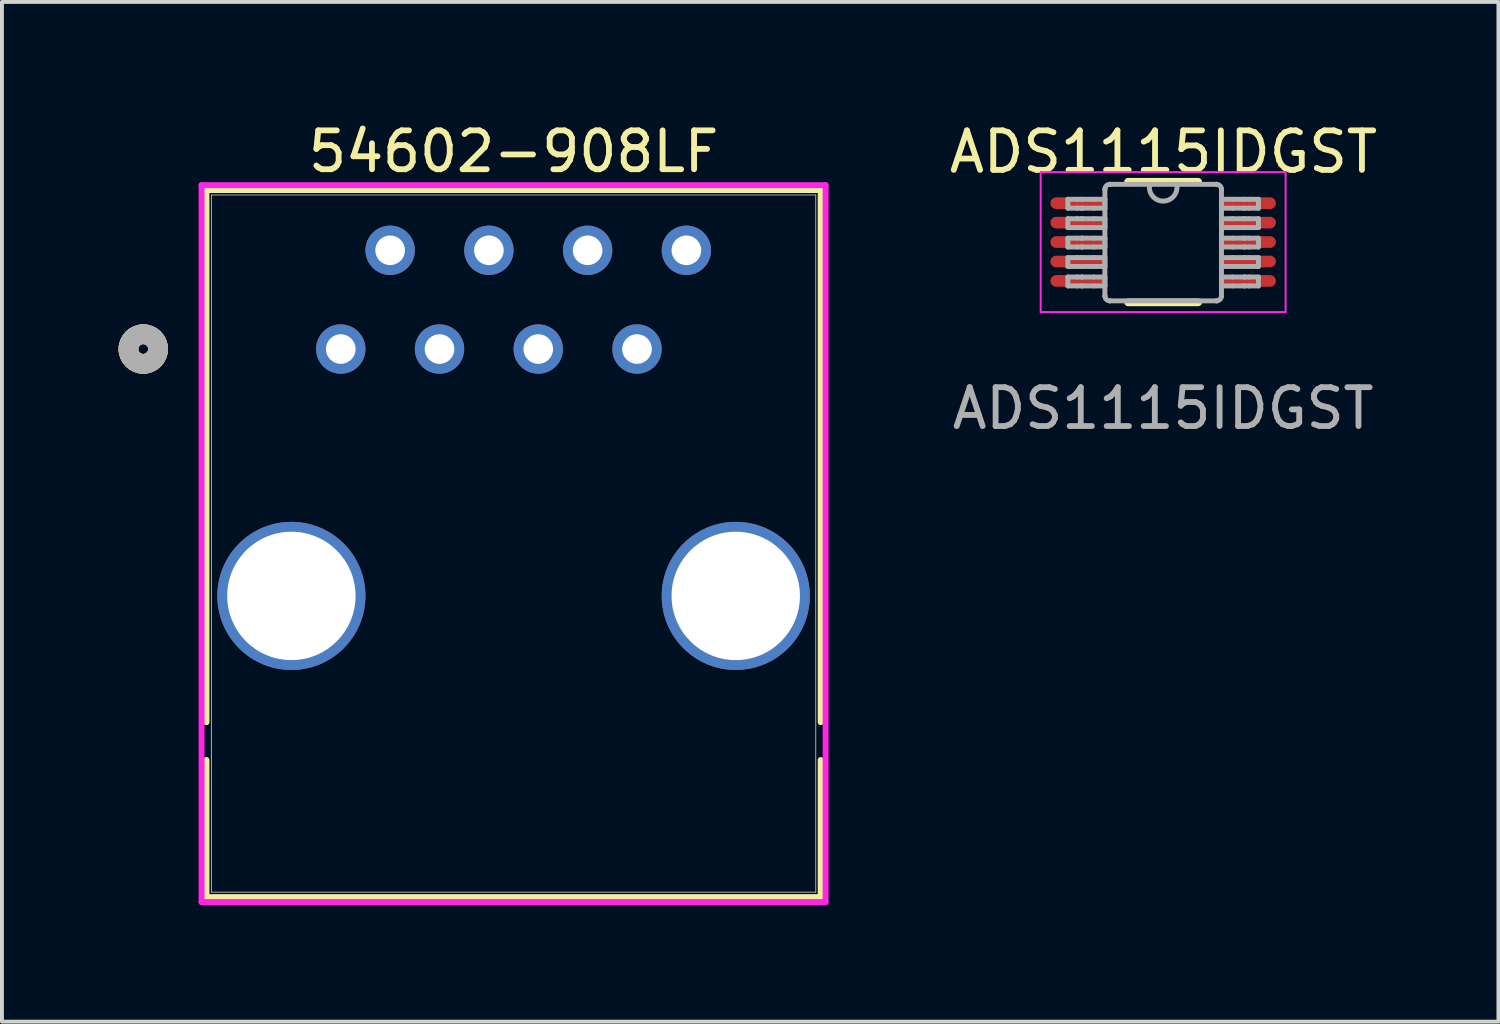
<source format=kicad_pcb>
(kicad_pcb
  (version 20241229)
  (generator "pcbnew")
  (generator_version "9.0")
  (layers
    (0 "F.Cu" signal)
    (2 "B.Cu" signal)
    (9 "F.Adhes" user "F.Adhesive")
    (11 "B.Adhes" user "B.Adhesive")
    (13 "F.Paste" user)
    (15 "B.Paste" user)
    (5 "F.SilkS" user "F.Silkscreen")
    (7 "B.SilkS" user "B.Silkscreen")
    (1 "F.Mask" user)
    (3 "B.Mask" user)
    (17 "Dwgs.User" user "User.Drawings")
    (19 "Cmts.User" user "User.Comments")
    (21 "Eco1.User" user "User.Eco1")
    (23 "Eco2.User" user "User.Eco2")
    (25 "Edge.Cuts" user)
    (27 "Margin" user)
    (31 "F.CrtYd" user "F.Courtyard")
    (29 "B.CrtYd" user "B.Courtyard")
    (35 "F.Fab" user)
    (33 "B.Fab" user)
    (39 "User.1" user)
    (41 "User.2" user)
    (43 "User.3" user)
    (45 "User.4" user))
  (footprint "54602-908LF"
    (layer "F.Cu")
    (at 5.715 5.928)
    (property "Reference" "54602-908LF" (at 4.445 -5.08 0) (unlocked yes) (layer "F.SilkS") (effects (font (size 1 1) (thickness 0.15))))
    (attr through_hole)
    (fp_line (start -3.454 -4.089) (end -3.454 9.598) (stroke (width 0.152) (type solid)) (layer "F.SilkS"))
    (fp_line (start -3.454 10.57) (end -3.454 14.097) (stroke (width 0.152) (type solid)) (layer "F.SilkS"))
    (fp_line (start -3.454 14.097) (end 12.344 14.097) (stroke (width 0.152) (type solid)) (layer "F.SilkS"))
    (fp_line (start 12.344 -4.089) (end -3.454 -4.089) (stroke (width 0.152) (type solid)) (layer "F.SilkS"))
    (fp_line (start 12.344 9.598) (end 12.344 -4.089) (stroke (width 0.152) (type solid)) (layer "F.SilkS"))
    (fp_line (start 12.344 14.097) (end 12.344 10.57) (stroke (width 0.152) (type solid)) (layer "F.SilkS"))
    (fp_circle (center -5.08 0) (end -4.699 0) (stroke (width 0.508) (type solid)) (fill no) (layer "F.SilkS"))
    (fp_circle (center -5.08 0) (end -4.699 0) (stroke (width 0.508) (type solid)) (fill no) (layer "B.SilkS"))
    (fp_line (start -3.581 -4.216) (end -3.581 14.224) (stroke (width 0.152) (type solid)) (layer "F.CrtYd"))
    (fp_line (start -3.581 14.224) (end 12.471 14.224) (stroke (width 0.152) (type solid)) (layer "F.CrtYd"))
    (fp_line (start 12.471 -4.216) (end -3.581 -4.216) (stroke (width 0.152) (type solid)) (layer "F.CrtYd"))
    (fp_line (start 12.471 14.224) (end 12.471 -4.216) (stroke (width 0.152) (type solid)) (layer "F.CrtYd"))
    (fp_line (start -3.327 -3.962) (end -3.327 13.97) (stroke (width 0.025) (type solid)) (layer "F.Fab"))
    (fp_line (start -3.327 13.97) (end 12.217 13.97) (stroke (width 0.025) (type solid)) (layer "F.Fab"))
    (fp_line (start 12.217 -3.962) (end -3.327 -3.962) (stroke (width 0.025) (type solid)) (layer "F.Fab"))
    (fp_line (start 12.217 13.97) (end 12.217 -3.962) (stroke (width 0.025) (type solid)) (layer "F.Fab"))
    (fp_circle (center -5.08 0) (end -4.699 0) (stroke (width 0.508) (type solid)) (fill no) (layer "F.Fab"))
    (pad "1" thru_hole circle (at 0 0) (size 1.27 1.27) (drill 0.762) (layers "*.Cu" "*.Mask"))
    (pad "2" thru_hole circle (at 1.27 -2.54) (size 1.27 1.27) (drill 0.762) (layers "*.Cu" "*.Mask"))
    (pad "3" thru_hole circle (at 2.54 0) (size 1.27 1.27) (drill 0.762) (layers "*.Cu" "*.Mask"))
    (pad "4" thru_hole circle (at 3.81 -2.54) (size 1.27 1.27) (drill 0.762) (layers "*.Cu" "*.Mask"))
    (pad "5" thru_hole circle (at 5.08 0) (size 1.27 1.27) (drill 0.762) (layers "*.Cu" "*.Mask"))
    (pad "6" thru_hole circle (at 6.35 -2.54) (size 1.27 1.27) (drill 0.762) (layers "*.Cu" "*.Mask"))
    (pad "7" thru_hole circle (at 7.62 0) (size 1.27 1.27) (drill 0.762) (layers "*.Cu" "*.Mask"))
    (pad "8" thru_hole circle (at 8.89 -2.54) (size 1.27 1.27) (drill 0.762) (layers "*.Cu" "*.Mask"))
    (pad "9" thru_hole circle (at -1.27 6.35 90) (size 3.81 3.81) (drill 3.302) (layers "*.Cu" "*.Mask"))
    (pad "10" thru_hole circle (at 10.16 6.35 90) (size 3.81 3.81) (drill 3.302) (layers "*.Cu" "*.Mask")))
  (footprint "ADS1115IDGST"
    (layer "F.Cu")
    (at 26.868 3.176)
    (property "Reference" "ADS1115IDGST" (at 0.009 -2.319 0) (unlocked yes) (layer "F.SilkS") (effects (font (size 1.016 1.016) (thickness 0.15))))
    (attr smd)
    (fp_line (start -0.9 -1.55) (end 0.9 -1.55) (stroke (width 0.2) (type solid)) (layer "F.SilkS"))
    (fp_line (start -0.9 1.55) (end 0.9 1.55) (stroke (width 0.2) (type solid)) (layer "F.SilkS"))
    (fp_line (start -3.15 -1.8) (end 3.15 -1.8) (stroke (width 0.05) (type solid)) (layer "F.CrtYd"))
    (fp_line (start -3.15 1.8) (end -3.15 -1.8) (stroke (width 0.05) (type solid)) (layer "F.CrtYd"))
    (fp_line (start -3.15 1.8) (end 3.15 1.8) (stroke (width 0.05) (type solid)) (layer "F.CrtYd"))
    (fp_line (start 3.15 1.8) (end 3.15 -1.8) (stroke (width 0.05) (type solid)) (layer "F.CrtYd"))
    (fp_line (start -2.45 -1.1) (end -2.21 -1.1) (stroke (width 0.127) (type solid)) (layer "F.Fab"))
    (fp_line (start -2.45 -0.871) (end -2.45 -1.1) (stroke (width 0.127) (type solid)) (layer "F.Fab"))
    (fp_line (start -2.45 -0.871) (end -2.21 -0.871) (stroke (width 0.127) (type solid)) (layer "F.Fab"))
    (fp_line (start -2.45 -0.6) (end -2.21 -0.6) (stroke (width 0.127) (type solid)) (layer "F.Fab"))
    (fp_line (start -2.45 -0.372) (end -2.45 -0.6) (stroke (width 0.127) (type solid)) (layer "F.Fab"))
    (fp_line (start -2.45 -0.372) (end -2.21 -0.372) (stroke (width 0.127) (type solid)) (layer "F.Fab"))
    (fp_line (start -2.45 -0.1) (end -2.21 -0.1) (stroke (width 0.127) (type solid)) (layer "F.Fab"))
    (fp_line (start -2.45 0.128) (end -2.45 -0.1) (stroke (width 0.127) (type solid)) (layer "F.Fab"))
    (fp_line (start -2.45 0.128) (end -2.21 0.128) (stroke (width 0.127) (type solid)) (layer "F.Fab"))
    (fp_line (start -2.45 0.4) (end -2.21 0.4) (stroke (width 0.127) (type solid)) (layer "F.Fab"))
    (fp_line (start -2.45 0.628) (end -2.45 0.4) (stroke (width 0.127) (type solid)) (layer "F.Fab"))
    (fp_line (start -2.45 0.628) (end -2.21 0.628) (stroke (width 0.127) (type solid)) (layer "F.Fab"))
    (fp_line (start -2.45 0.899) (end -2.21 0.899) (stroke (width 0.127) (type solid)) (layer "F.Fab"))
    (fp_line (start -2.45 1.128) (end -2.45 0.899) (stroke (width 0.127) (type solid)) (layer "F.Fab"))
    (fp_line (start -2.45 1.128) (end -2.21 1.128) (stroke (width 0.127) (type solid)) (layer "F.Fab"))
    (fp_line (start -2.21 -1.1) (end -2.09 -1.1) (stroke (width 0.127) (type solid)) (layer "F.Fab"))
    (fp_line (start -2.21 -0.871) (end -2.09 -0.871) (stroke (width 0.127) (type solid)) (layer "F.Fab"))
    (fp_line (start -2.21 -0.6) (end -2.09 -0.6) (stroke (width 0.127) (type solid)) (layer "F.Fab"))
    (fp_line (start -2.21 -0.372) (end -2.09 -0.372) (stroke (width 0.127) (type solid)) (layer "F.Fab"))
    (fp_line (start -2.21 -0.1) (end -2.09 -0.1) (stroke (width 0.127) (type solid)) (layer "F.Fab"))
    (fp_line (start -2.21 0.128) (end -2.09 0.128) (stroke (width 0.127) (type solid)) (layer "F.Fab"))
    (fp_line (start -2.21 0.4) (end -2.09 0.4) (stroke (width 0.127) (type solid)) (layer "F.Fab"))
    (fp_line (start -2.21 0.628) (end -2.09 0.628) (stroke (width 0.127) (type solid)) (layer "F.Fab"))
    (fp_line (start -2.21 0.899) (end -2.09 0.899) (stroke (width 0.127) (type solid)) (layer "F.Fab"))
    (fp_line (start -2.21 1.128) (end -2.09 1.128) (stroke (width 0.127) (type solid)) (layer "F.Fab"))
    (fp_line (start -2.09 -1.1) (end -2.087 -1.1) (stroke (width 0.127) (type solid)) (layer "F.Fab"))
    (fp_line (start -2.09 -0.871) (end -2.087 -0.871) (stroke (width 0.127) (type solid)) (layer "F.Fab"))
    (fp_line (start -2.09 -0.6) (end -2.087 -0.6) (stroke (width 0.127) (type solid)) (layer "F.Fab"))
    (fp_line (start -2.09 -0.372) (end -2.087 -0.372) (stroke (width 0.127) (type solid)) (layer "F.Fab"))
    (fp_line (start -2.09 -0.1) (end -2.087 -0.1) (stroke (width 0.127) (type solid)) (layer "F.Fab"))
    (fp_line (start -2.09 0.128) (end -2.087 0.128) (stroke (width 0.127) (type solid)) (layer "F.Fab"))
    (fp_line (start -2.09 0.4) (end -2.087 0.4) (stroke (width 0.127) (type solid)) (layer "F.Fab"))
    (fp_line (start -2.09 0.628) (end -2.087 0.628) (stroke (width 0.127) (type solid)) (layer "F.Fab"))
    (fp_line (start -2.09 0.899) (end -2.087 0.899) (stroke (width 0.127) (type solid)) (layer "F.Fab"))
    (fp_line (start -2.09 1.128) (end -2.087 1.128) (stroke (width 0.127) (type solid)) (layer "F.Fab"))
    (fp_line (start -2.087 -1.1) (end -1.784 -1.1) (stroke (width 0.127) (type solid)) (layer "F.Fab"))
    (fp_line (start -2.087 -0.871) (end -1.784 -0.871) (stroke (width 0.127) (type solid)) (layer "F.Fab"))
    (fp_line (start -2.087 -0.6) (end -1.784 -0.6) (stroke (width 0.127) (type solid)) (layer "F.Fab"))
    (fp_line (start -2.087 -0.372) (end -1.784 -0.372) (stroke (width 0.127) (type solid)) (layer "F.Fab"))
    (fp_line (start -2.087 -0.1) (end -1.784 -0.1) (stroke (width 0.127) (type solid)) (layer "F.Fab"))
    (fp_line (start -2.087 0.128) (end -1.784 0.128) (stroke (width 0.127) (type solid)) (layer "F.Fab"))
    (fp_line (start -2.087 0.4) (end -1.784 0.4) (stroke (width 0.127) (type solid)) (layer "F.Fab"))
    (fp_line (start -2.087 0.628) (end -1.784 0.628) (stroke (width 0.127) (type solid)) (layer "F.Fab"))
    (fp_line (start -2.087 0.899) (end -1.784 0.899) (stroke (width 0.127) (type solid)) (layer "F.Fab"))
    (fp_line (start -2.087 1.128) (end -1.784 1.128) (stroke (width 0.127) (type solid)) (layer "F.Fab"))
    (fp_line (start -1.784 -1.1) (end -1.498 -1.1) (stroke (width 0.127) (type solid)) (layer "F.Fab"))
    (fp_line (start -1.784 -0.871) (end -1.498 -0.871) (stroke (width 0.127) (type solid)) (layer "F.Fab"))
    (fp_line (start -1.784 -0.6) (end -1.498 -0.6) (stroke (width 0.127) (type solid)) (layer "F.Fab"))
    (fp_line (start -1.784 -0.372) (end -1.498 -0.372) (stroke (width 0.127) (type solid)) (layer "F.Fab"))
    (fp_line (start -1.784 -0.1) (end -1.498 -0.1) (stroke (width 0.127) (type solid)) (layer "F.Fab"))
    (fp_line (start -1.784 0.128) (end -1.498 0.128) (stroke (width 0.127) (type solid)) (layer "F.Fab"))
    (fp_line (start -1.784 0.4) (end -1.498 0.4) (stroke (width 0.127) (type solid)) (layer "F.Fab"))
    (fp_line (start -1.784 0.628) (end -1.498 0.628) (stroke (width 0.127) (type solid)) (layer "F.Fab"))
    (fp_line (start -1.784 0.899) (end -1.498 0.899) (stroke (width 0.127) (type solid)) (layer "F.Fab"))
    (fp_line (start -1.784 1.128) (end -1.498 1.128) (stroke (width 0.127) (type solid)) (layer "F.Fab"))
    (fp_line (start -1.498 -1.358) (end -1.497 -1.36) (stroke (width 0.127) (type solid)) (layer "F.Fab"))
    (fp_line (start -1.498 -0.871) (end -1.498 -1.1) (stroke (width 0.127) (type solid)) (layer "F.Fab"))
    (fp_line (start -1.498 -0.372) (end -1.498 -0.6) (stroke (width 0.127) (type solid)) (layer "F.Fab"))
    (fp_line (start -1.498 0.128) (end -1.498 -0.1) (stroke (width 0.127) (type solid)) (layer "F.Fab"))
    (fp_line (start -1.498 0.628) (end -1.498 0.4) (stroke (width 0.127) (type solid)) (layer "F.Fab"))
    (fp_line (start -1.498 1.128) (end -1.498 0.899) (stroke (width 0.127) (type solid)) (layer "F.Fab"))
    (fp_line (start -1.498 1.386) (end -1.498 -1.358) (stroke (width 0.127) (type solid)) (layer "F.Fab"))
    (fp_line (start -1.498 1.386) (end -1.497 1.388) (stroke (width 0.127) (type solid)) (layer "F.Fab"))
    (fp_line (start -1.373 -1.485) (end -1.371 -1.485) (stroke (width 0.127) (type solid)) (layer "F.Fab"))
    (fp_line (start -1.373 1.513) (end -1.371 1.513) (stroke (width 0.127) (type solid)) (layer "F.Fab"))
    (fp_line (start -1.371 -1.485) (end 1.373 -1.485) (stroke (width 0.127) (type solid)) (layer "F.Fab"))
    (fp_line (start -1.371 1.513) (end 1.373 1.513) (stroke (width 0.127) (type solid)) (layer "F.Fab"))
    (fp_line (start 1.373 -1.485) (end 1.375 -1.485) (stroke (width 0.127) (type solid)) (layer "F.Fab"))
    (fp_line (start 1.373 1.513) (end 1.375 1.513) (stroke (width 0.127) (type solid)) (layer "F.Fab"))
    (fp_line (start 1.5 -1.36) (end 1.5 -1.358) (stroke (width 0.127) (type solid)) (layer "F.Fab"))
    (fp_line (start 1.5 1.388) (end 1.5 1.386) (stroke (width 0.127) (type solid)) (layer "F.Fab"))
    (fp_line (start 1.5 -1.1) (end 1.786 -1.1) (stroke (width 0.127) (type solid)) (layer "F.Fab"))
    (fp_line (start 1.5 -0.871) (end 1.5 -1.1) (stroke (width 0.127) (type solid)) (layer "F.Fab"))
    (fp_line (start 1.5 -0.871) (end 1.786 -0.871) (stroke (width 0.127) (type solid)) (layer "F.Fab"))
    (fp_line (start 1.5 -0.6) (end 1.786 -0.6) (stroke (width 0.127) (type solid)) (layer "F.Fab"))
    (fp_line (start 1.5 -0.372) (end 1.5 -0.6) (stroke (width 0.127) (type solid)) (layer "F.Fab"))
    (fp_line (start 1.5 -0.372) (end 1.786 -0.372) (stroke (width 0.127) (type solid)) (layer "F.Fab"))
    (fp_line (start 1.5 -0.1) (end 1.786 -0.1) (stroke (width 0.127) (type solid)) (layer "F.Fab"))
    (fp_line (start 1.5 0.128) (end 1.5 -0.1) (stroke (width 0.127) (type solid)) (layer "F.Fab"))
    (fp_line (start 1.5 0.128) (end 1.786 0.128) (stroke (width 0.127) (type solid)) (layer "F.Fab"))
    (fp_line (start 1.5 0.4) (end 1.786 0.4) (stroke (width 0.127) (type solid)) (layer "F.Fab"))
    (fp_line (start 1.5 0.628) (end 1.5 0.4) (stroke (width 0.127) (type solid)) (layer "F.Fab"))
    (fp_line (start 1.5 0.628) (end 1.786 0.628) (stroke (width 0.127) (type solid)) (layer "F.Fab"))
    (fp_line (start 1.5 0.899) (end 1.786 0.899) (stroke (width 0.127) (type solid)) (layer "F.Fab"))
    (fp_line (start 1.5 1.128) (end 1.5 0.899) (stroke (width 0.127) (type solid)) (layer "F.Fab"))
    (fp_line (start 1.5 1.128) (end 1.786 1.128) (stroke (width 0.127) (type solid)) (layer "F.Fab"))
    (fp_line (start 1.5 1.386) (end 1.5 -1.358) (stroke (width 0.127) (type solid)) (layer "F.Fab"))
    (fp_line (start 1.786 -1.1) (end 2.089 -1.1) (stroke (width 0.127) (type solid)) (layer "F.Fab"))
    (fp_line (start 1.786 -0.871) (end 2.089 -0.871) (stroke (width 0.127) (type solid)) (layer "F.Fab"))
    (fp_line (start 1.786 -0.6) (end 2.089 -0.6) (stroke (width 0.127) (type solid)) (layer "F.Fab"))
    (fp_line (start 1.786 -0.372) (end 2.089 -0.372) (stroke (width 0.127) (type solid)) (layer "F.Fab"))
    (fp_line (start 1.786 -0.1) (end 2.089 -0.1) (stroke (width 0.127) (type solid)) (layer "F.Fab"))
    (fp_line (start 1.786 0.128) (end 2.089 0.128) (stroke (width 0.127) (type solid)) (layer "F.Fab"))
    (fp_line (start 1.786 0.4) (end 2.089 0.4) (stroke (width 0.127) (type solid)) (layer "F.Fab"))
    (fp_line (start 1.786 0.628) (end 2.089 0.628) (stroke (width 0.127) (type solid)) (layer "F.Fab"))
    (fp_line (start 1.786 0.899) (end 2.089 0.899) (stroke (width 0.127) (type solid)) (layer "F.Fab"))
    (fp_line (start 1.786 1.128) (end 2.089 1.128) (stroke (width 0.127) (type solid)) (layer "F.Fab"))
    (fp_line (start 2.089 -1.1) (end 2.093 -1.1) (stroke (width 0.127) (type solid)) (layer "F.Fab"))
    (fp_line (start 2.089 -0.871) (end 2.093 -0.871) (stroke (width 0.127) (type solid)) (layer "F.Fab"))
    (fp_line (start 2.089 -0.6) (end 2.093 -0.6) (stroke (width 0.127) (type solid)) (layer "F.Fab"))
    (fp_line (start 2.089 -0.372) (end 2.093 -0.372) (stroke (width 0.127) (type solid)) (layer "F.Fab"))
    (fp_line (start 2.089 -0.1) (end 2.093 -0.1) (stroke (width 0.127) (type solid)) (layer "F.Fab"))
    (fp_line (start 2.089 0.128) (end 2.093 0.128) (stroke (width 0.127) (type solid)) (layer "F.Fab"))
    (fp_line (start 2.089 0.4) (end 2.093 0.4) (stroke (width 0.127) (type solid)) (layer "F.Fab"))
    (fp_line (start 2.089 0.628) (end 2.093 0.628) (stroke (width 0.127) (type solid)) (layer "F.Fab"))
    (fp_line (start 2.089 0.899) (end 2.093 0.899) (stroke (width 0.127) (type solid)) (layer "F.Fab"))
    (fp_line (start 2.089 1.128) (end 2.093 1.128) (stroke (width 0.127) (type solid)) (layer "F.Fab"))
    (fp_line (start 2.093 -1.1) (end 2.213 -1.1) (stroke (width 0.127) (type solid)) (layer "F.Fab"))
    (fp_line (start 2.093 -0.871) (end 2.213 -0.871) (stroke (width 0.127) (type solid)) (layer "F.Fab"))
    (fp_line (start 2.093 -0.6) (end 2.213 -0.6) (stroke (width 0.127) (type solid)) (layer "F.Fab"))
    (fp_line (start 2.093 -0.372) (end 2.213 -0.372) (stroke (width 0.127) (type solid)) (layer "F.Fab"))
    (fp_line (start 2.093 -0.1) (end 2.213 -0.1) (stroke (width 0.127) (type solid)) (layer "F.Fab"))
    (fp_line (start 2.093 0.128) (end 2.213 0.128) (stroke (width 0.127) (type solid)) (layer "F.Fab"))
    (fp_line (start 2.093 0.4) (end 2.213 0.4) (stroke (width 0.127) (type solid)) (layer "F.Fab"))
    (fp_line (start 2.093 0.628) (end 2.213 0.628) (stroke (width 0.127) (type solid)) (layer "F.Fab"))
    (fp_line (start 2.093 0.899) (end 2.213 0.899) (stroke (width 0.127) (type solid)) (layer "F.Fab"))
    (fp_line (start 2.093 1.128) (end 2.213 1.128) (stroke (width 0.127) (type solid)) (layer "F.Fab"))
    (fp_line (start 2.213 -1.1) (end 2.452 -1.1) (stroke (width 0.127) (type solid)) (layer "F.Fab"))
    (fp_line (start 2.213 -0.871) (end 2.452 -0.871) (stroke (width 0.127) (type solid)) (layer "F.Fab"))
    (fp_line (start 2.213 -0.6) (end 2.452 -0.6) (stroke (width 0.127) (type solid)) (layer "F.Fab"))
    (fp_line (start 2.213 -0.372) (end 2.452 -0.372) (stroke (width 0.127) (type solid)) (layer "F.Fab"))
    (fp_line (start 2.213 -0.1) (end 2.452 -0.1) (stroke (width 0.127) (type solid)) (layer "F.Fab"))
    (fp_line (start 2.213 0.128) (end 2.452 0.128) (stroke (width 0.127) (type solid)) (layer "F.Fab"))
    (fp_line (start 2.213 0.4) (end 2.452 0.4) (stroke (width 0.127) (type solid)) (layer "F.Fab"))
    (fp_line (start 2.213 0.628) (end 2.452 0.628) (stroke (width 0.127) (type solid)) (layer "F.Fab"))
    (fp_line (start 2.213 0.899) (end 2.452 0.899) (stroke (width 0.127) (type solid)) (layer "F.Fab"))
    (fp_line (start 2.213 1.128) (end 2.452 1.128) (stroke (width 0.127) (type solid)) (layer "F.Fab"))
    (fp_line (start 2.452 -0.871) (end 2.452 -1.1) (stroke (width 0.127) (type solid)) (layer "F.Fab"))
    (fp_line (start 2.452 -0.372) (end 2.452 -0.6) (stroke (width 0.127) (type solid)) (layer "F.Fab"))
    (fp_line (start 2.452 0.128) (end 2.452 -0.1) (stroke (width 0.127) (type solid)) (layer "F.Fab"))
    (fp_line (start 2.452 0.628) (end 2.452 0.4) (stroke (width 0.127) (type solid)) (layer "F.Fab"))
    (fp_line (start 2.452 1.128) (end 2.452 0.899) (stroke (width 0.127) (type solid)) (layer "F.Fab"))
    (fp_arc (start -1.49745 -1.360299) (mid -1.460293 -1.447356) (end -1.373243 -1.484531) (stroke (width 0.127) (type solid)) (layer "F.Fab"))
    (fp_arc (start -1.373243 1.512619) (mid -1.460293 1.475444) (end -1.49745 1.388386) (stroke (width 0.127) (type solid)) (layer "F.Fab"))
    (fp_arc (start 0.3567 -1.408356) (mid 0.0011 -1.052756) (end -0.3545 -1.408356) (stroke (width 0.127) (type solid)) (layer "F.Fab"))
    (fp_arc (start 1.375443 -1.484532) (mid 1.462505 -1.447362) (end 1.499675 -1.360299) (stroke (width 0.127) (type solid)) (layer "F.Fab"))
    (fp_arc (start 1.499675 1.388387) (mid 1.462505 1.475449) (end 1.375443 1.512619) (stroke (width 0.127) (type solid)) (layer "F.Fab"))
    (fp_text user "${REFERENCE}" (at 0.000176 4.278 0) (unlocked yes) (layer "F.Fab") (effects (font (size 1 1) (thickness 0.15))))
    (pad "1" smd oval (at -2.225 -1 90) (size 0.3 1.35) (layers "F.Cu" "F.Mask" "F.Paste"))
    (pad "2" smd oval (at -2.225 -0.5 90) (size 0.3 1.35) (layers "F.Cu" "F.Mask" "F.Paste"))
    (pad "3" smd oval (at -2.225 0 90) (size 0.3 1.35) (layers "F.Cu" "F.Mask" "F.Paste"))
    (pad "4" smd oval (at -2.225 0.5 90) (size 0.3 1.35) (layers "F.Cu" "F.Mask" "F.Paste"))
    (pad "5" smd oval (at -2.225 1 90) (size 0.3 1.35) (layers "F.Cu" "F.Mask" "F.Paste"))
    (pad "6" smd oval (at 2.225 1 90) (size 0.3 1.35) (layers "F.Cu" "F.Mask" "F.Paste"))
    (pad "7" smd oval (at 2.225 0.5 90) (size 0.3 1.35) (layers "F.Cu" "F.Mask" "F.Paste"))
    (pad "8" smd oval (at 2.225 0 90) (size 0.3 1.35) (layers "F.Cu" "F.Mask" "F.Paste"))
    (pad "9" smd oval (at 2.225 -0.5 90) (size 0.3 1.35) (layers "F.Cu" "F.Mask" "F.Paste"))
    (pad "10" smd oval (at 2.225 -1 90) (size 0.3 1.35) (layers "F.Cu" "F.Mask" "F.Paste")))
  (gr_rect
    (start -3 -3)
    (end 35.492 23.229)
    (stroke (width 0.1) (type default))
    (fill no)
    (layer "Edge.Cuts")))
</source>
